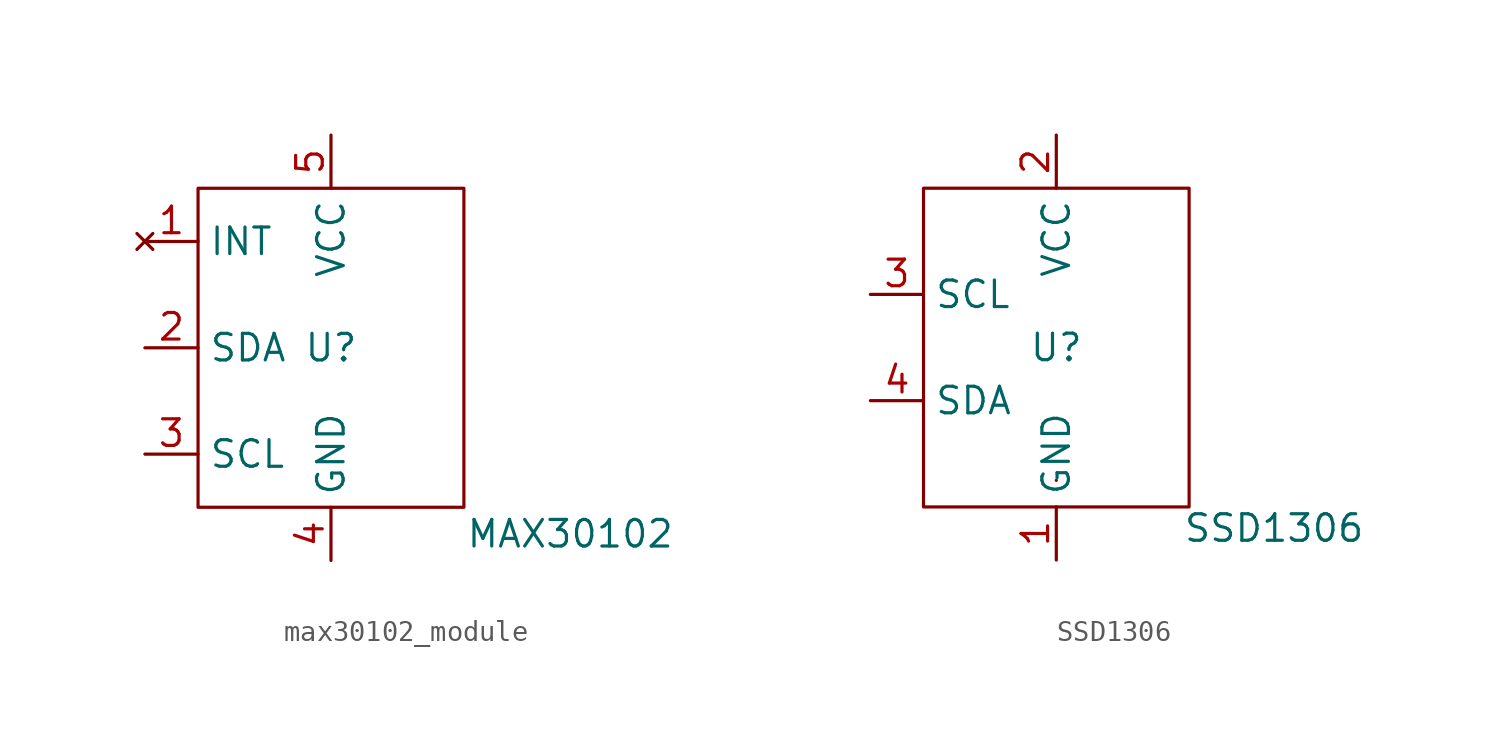
<source format=kicad_sym>
(kicad_symbol_lib
  (version 20241209)
  (generator "kicad_symbol_editor")
  (generator_version "9.0")
  (symbol "max30102_module"
    (property "Reference" "U"
      (at 0 0 0)
      (effects (font (size 1.27 1.27))))
    (property "Value" "MAX30102"
      (at 11.43 -8.89 0)
      (effects (font (size 1.27 1.27))))
    (symbol "max30102_module_0_1"
      (rectangle (start -6.35 7.62) (end 6.35 -7.62) (stroke (width 0) (type default)) (fill (type none))))
    (symbol "max30102_module_1_1"
      (pin no_connect line (at -8.89 5.08 0) (length 2.54) (name "INT" (effects (font (size 1.27 1.27)))) (number "1" (effects (font (size 1.27 1.27)))))
      (pin bidirectional line (at -8.89 0 0) (length 2.54) (name "SDA" (effects (font (size 1.27 1.27)))) (number "2" (effects (font (size 1.27 1.27)))))
      (pin input line (at -8.89 -5.08 0) (length 2.54) (name "SCL" (effects (font (size 1.27 1.27)))) (number "3" (effects (font (size 1.27 1.27)))))
      (pin power_in line (at 0 10.16 270) (length 2.54) (name "VCC" (effects (font (size 1.27 1.27)))) (number "5" (effects (font (size 1.27 1.27)))))
      (pin power_in line (at 0 -10.16 90) (length 2.54) (name "GND" (effects (font (size 1.27 1.27)))) (number "4" (effects (font (size 1.27 1.27)))))))
  (symbol "SSD1306"
    (property "Reference" "U"
      (at 0 0 0)
      (effects (font (size 1.27 1.27))))
    (property "Value" "SSD1306"
      (at 10.414 -8.636 0)
      (effects (font (size 1.27 1.27))))
    (symbol "SSD1306_0_1"
      (rectangle (start -6.35 7.62) (end 6.35 -7.62) (stroke (width 0) (type default)) (fill (type none)))
      (rectangle (start 0 -6.35) (end 0 -6.35) (stroke (width 0) (type default)) (fill (type none))))
    (symbol "SSD1306_1_1"
      (pin input line (at -8.89 2.54 0) (length 2.54) (name "SCL" (effects (font (size 1.27 1.27)))) (number "3" (effects (font (size 1.27 1.27)))))
      (pin bidirectional line (at -8.89 -2.54 0) (length 2.54) (name "SDA" (effects (font (size 1.27 1.27)))) (number "4" (effects (font (size 1.27 1.27)))))
      (pin power_in line (at 0 10.16 270) (length 2.54) (name "VCC" (effects (font (size 1.27 1.27)))) (number "2" (effects (font (size 1.27 1.27)))))
      (pin power_in line (at 0 -10.16 90) (length 2.54) (name "GND" (effects (font (size 1.27 1.27)))) (number "1" (effects (font (size 1.27 1.27))))))))
</source>
